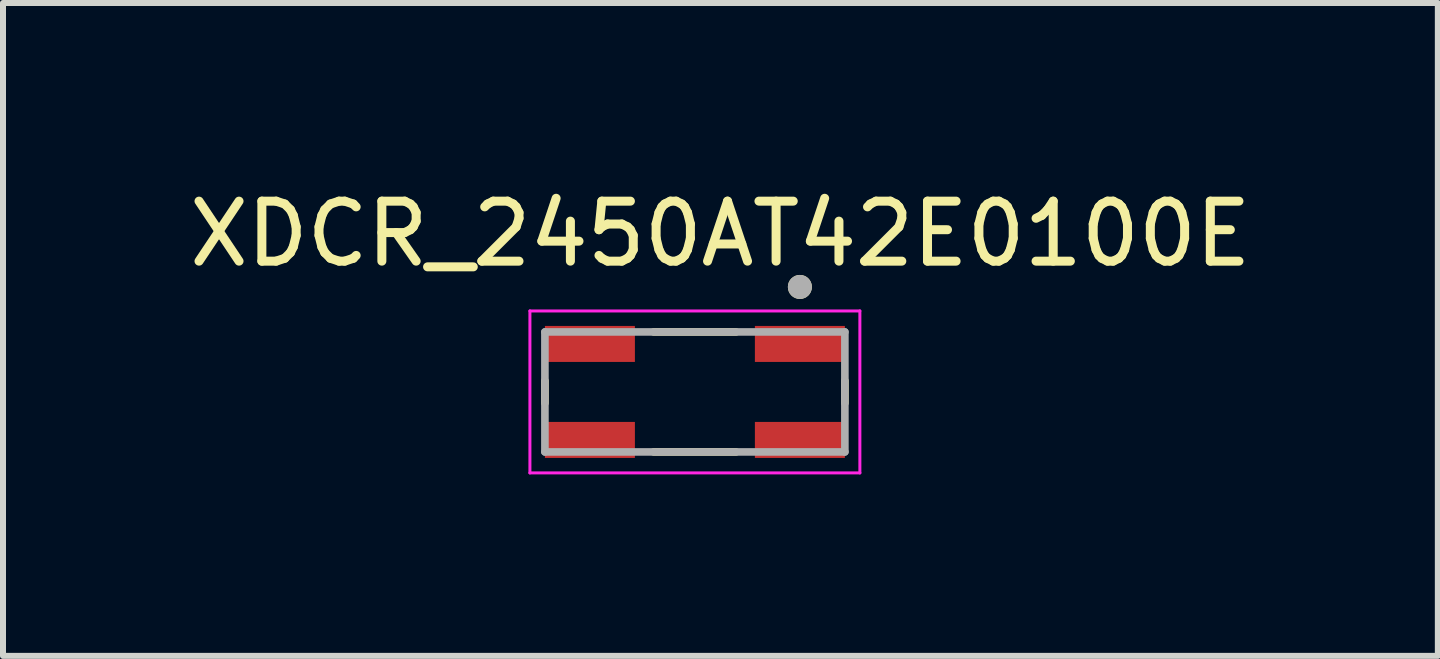
<source format=kicad_pcb>
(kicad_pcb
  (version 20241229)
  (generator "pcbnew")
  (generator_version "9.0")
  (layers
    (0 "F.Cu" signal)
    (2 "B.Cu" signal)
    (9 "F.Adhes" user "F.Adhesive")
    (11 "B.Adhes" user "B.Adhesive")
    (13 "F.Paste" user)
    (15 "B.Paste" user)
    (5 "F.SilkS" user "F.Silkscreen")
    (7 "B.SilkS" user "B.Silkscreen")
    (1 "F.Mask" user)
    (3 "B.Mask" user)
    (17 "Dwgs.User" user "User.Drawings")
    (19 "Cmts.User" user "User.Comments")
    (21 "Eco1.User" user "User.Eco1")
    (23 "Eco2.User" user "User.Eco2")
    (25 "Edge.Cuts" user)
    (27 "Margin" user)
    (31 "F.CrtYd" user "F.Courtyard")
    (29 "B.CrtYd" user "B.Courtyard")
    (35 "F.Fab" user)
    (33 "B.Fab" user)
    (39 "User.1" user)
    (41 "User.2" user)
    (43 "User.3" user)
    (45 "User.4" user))
  (footprint "XDCR_2450AT42E0100E"
    (layer "F.Cu")
    (at 8.533 3.483)
    (property "Reference" "XDCR_2450AT42E0100E" (at 0.425 -2.635 0) (layer "F.SilkS") (effects (font (size 1 1) (thickness 0.15))))
    (attr through_hole)
    (fp_line (start -2.5 -0.186) (end -2.5 0.186) (stroke (width 0.127) (type solid)) (layer "F.SilkS"))
    (fp_line (start -0.686 -1) (end 0.686 -1) (stroke (width 0.127) (type solid)) (layer "F.SilkS"))
    (fp_line (start -0.686 1) (end 0.686 1) (stroke (width 0.127) (type solid)) (layer "F.SilkS"))
    (fp_line (start 2.5 -0.186) (end 2.5 0.186) (stroke (width 0.127) (type solid)) (layer "F.SilkS"))
    (fp_circle (center 1.75 -1.75) (end 1.85 -1.75) (stroke (width 0.2) (type solid)) (fill no) (layer "F.SilkS"))
    (fp_line (start -2.75 -1.35) (end 2.75 -1.35) (stroke (width 0.05) (type solid)) (layer "F.CrtYd"))
    (fp_line (start -2.75 1.35) (end -2.75 -1.35) (stroke (width 0.05) (type solid)) (layer "F.CrtYd"))
    (fp_line (start 2.75 -1.35) (end 2.75 1.35) (stroke (width 0.05) (type solid)) (layer "F.CrtYd"))
    (fp_line (start 2.75 1.35) (end -2.75 1.35) (stroke (width 0.05) (type solid)) (layer "F.CrtYd"))
    (fp_line (start -2.5 -1) (end 2.5 -1) (stroke (width 0.127) (type solid)) (layer "F.Fab"))
    (fp_line (start -2.5 1) (end -2.5 -1) (stroke (width 0.127) (type solid)) (layer "F.Fab"))
    (fp_line (start 2.5 -1) (end 2.5 1) (stroke (width 0.127) (type solid)) (layer "F.Fab"))
    (fp_line (start 2.5 1) (end -2.5 1) (stroke (width 0.127) (type solid)) (layer "F.Fab"))
    (fp_circle (center 1.75 -1.75) (end 1.85 -1.75) (stroke (width 0.2) (type solid)) (fill no) (layer "F.Fab"))
    (pad "1" smd rect (at 1.75 -0.8) (size 1.5 0.6) (layers "F.Cu" "F.Mask" "F.Paste"))
    (pad "2" smd rect (at -1.75 -0.8) (size 1.5 0.6) (layers "F.Cu" "F.Mask" "F.Paste"))
    (pad "3" smd rect (at -1.75 0.8) (size 1.5 0.6) (layers "F.Cu" "F.Mask" "F.Paste"))
    (pad "4" smd rect (at 1.75 0.8) (size 1.5 0.6) (layers "F.Cu" "F.Mask" "F.Paste"))
    (zone (net_name "") (layer "F.Cu") (name "KEEP COPPER POUR OUT") (hatch full 0.508) (connect_pads) (min_thickness 0.254) (filled_areas_thickness no) (keepout (tracks allowed) (vias not_allowed) (pads allowed) (copperpour not_allowed) (footprints allowed)) (placement (enabled no)) (fill) (polygon (pts (xy 11.663 4.883) (xy 5.403 4.883) (xy 5.403 2.083) (xy 11.663 2.083)))))
  (gr_rect
    (start -3 -3)
    (end 20.917 7.883)
    (stroke (width 0.1) (type default))
    (fill no)
    (layer "Edge.Cuts")))
</source>
